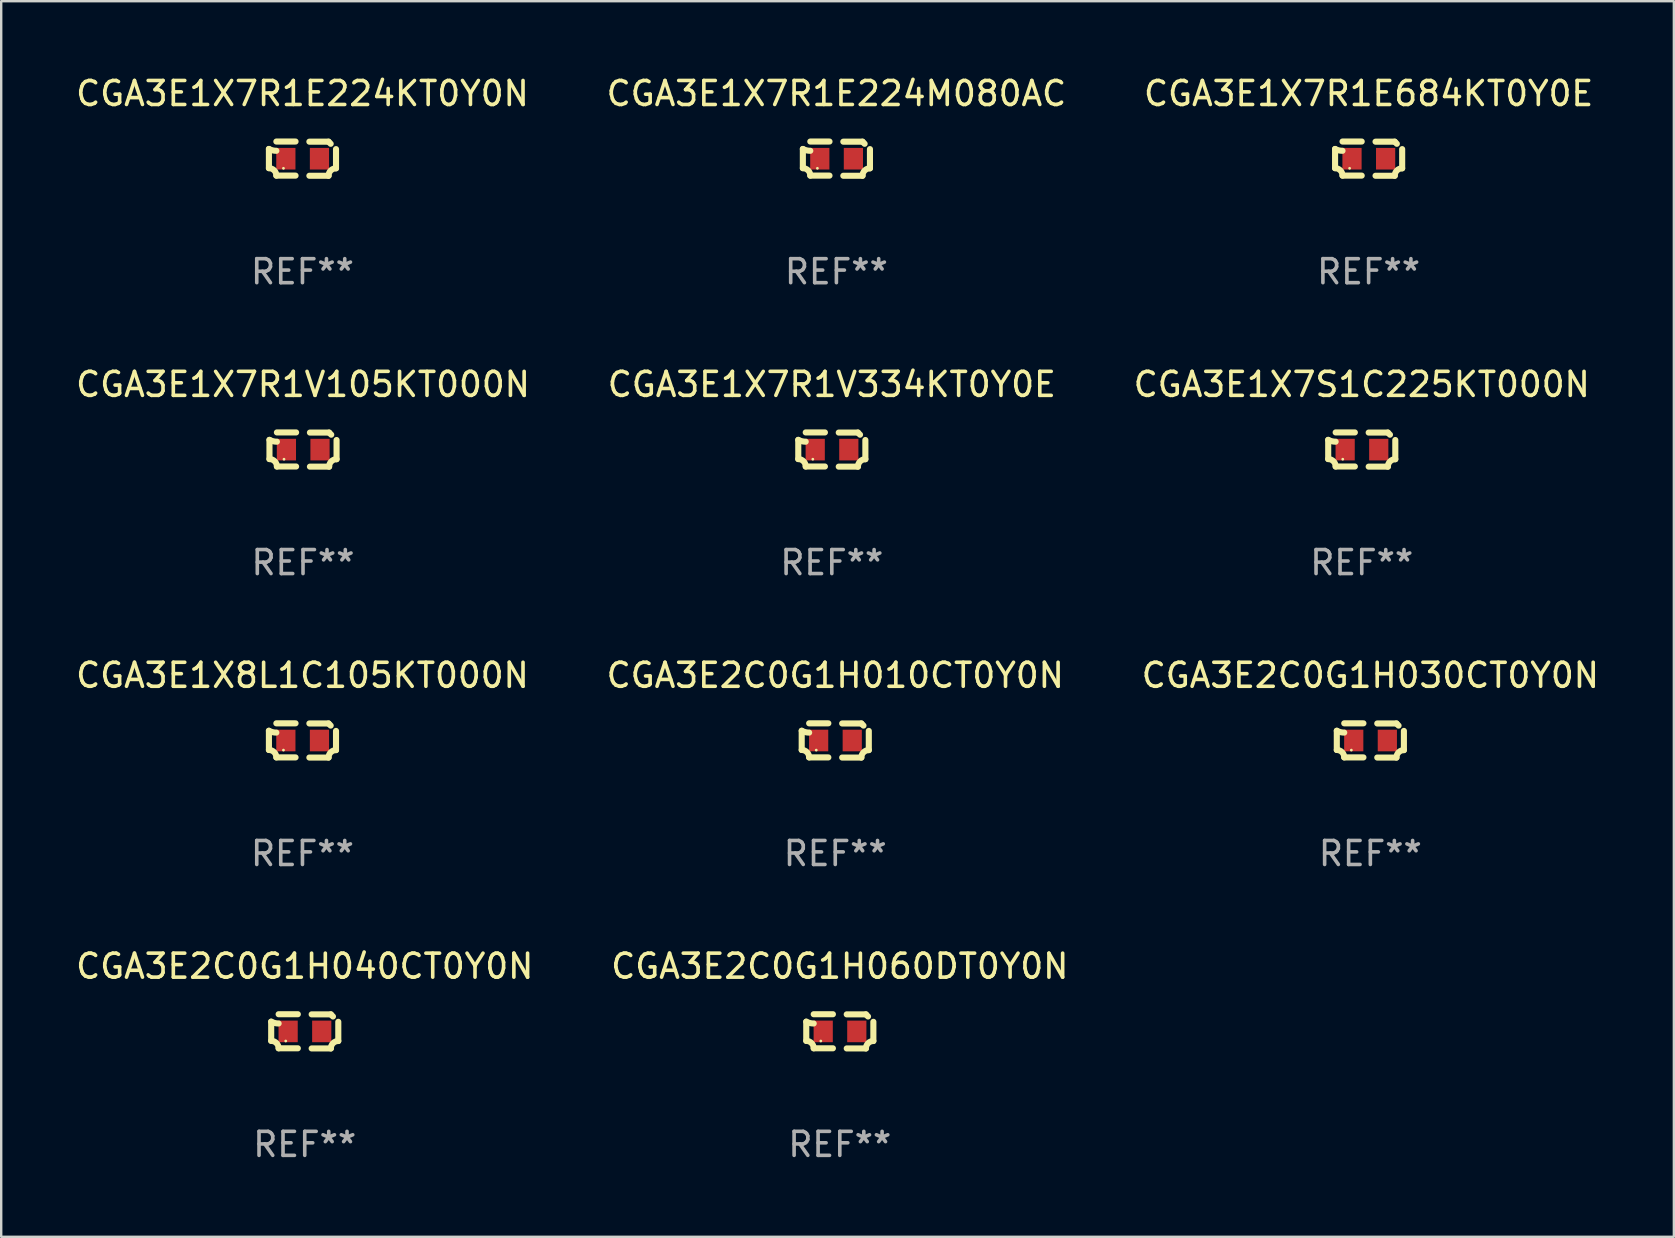
<source format=kicad_pcb>
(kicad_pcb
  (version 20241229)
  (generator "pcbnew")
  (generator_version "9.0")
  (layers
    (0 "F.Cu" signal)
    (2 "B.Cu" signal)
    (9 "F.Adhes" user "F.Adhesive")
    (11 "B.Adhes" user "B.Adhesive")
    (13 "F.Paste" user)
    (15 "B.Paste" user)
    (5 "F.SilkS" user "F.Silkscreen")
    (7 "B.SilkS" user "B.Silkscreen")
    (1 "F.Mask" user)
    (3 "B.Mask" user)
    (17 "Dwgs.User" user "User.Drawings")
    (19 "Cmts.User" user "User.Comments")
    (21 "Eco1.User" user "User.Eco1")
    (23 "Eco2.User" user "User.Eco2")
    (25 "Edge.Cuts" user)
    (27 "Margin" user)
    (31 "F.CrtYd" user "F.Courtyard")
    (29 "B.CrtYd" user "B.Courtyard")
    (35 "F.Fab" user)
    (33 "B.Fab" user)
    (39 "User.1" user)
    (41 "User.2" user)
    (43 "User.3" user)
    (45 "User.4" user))
  (footprint "CGA3E1X8L1C105KT000N"
    (layer "F.Cu")
    (at 9.554 27.805)
    (property "Reference" "CGA3E1X8L1C105KT000N" (at 0 -2.713 0) (layer "F.SilkS") (effects (font (size 1 1) (thickness 0.15))))
    (attr through_hole)
    (fp_line (start -1.398 -0.403) (end -1.398 0.397) (stroke (width 0.254) (type solid)) (layer "F.SilkS"))
    (fp_line (start -0.288 -0.713) (end -1.088 -0.713) (stroke (width 0.254) (type solid)) (layer "F.SilkS"))
    (fp_line (start -0.288 0.707) (end -1.088 0.707) (stroke (width 0.254) (type solid)) (layer "F.SilkS"))
    (fp_line (start 0.288 -0.707) (end 1.088 -0.707) (stroke (width 0.254) (type solid)) (layer "F.SilkS"))
    (fp_line (start 0.288 0.713) (end 1.088 0.713) (stroke (width 0.254) (type solid)) (layer "F.SilkS"))
    (fp_line (start 1.398 -0.397) (end 1.398 0.403) (stroke (width 0.254) (type solid)) (layer "F.SilkS"))
    (fp_arc (start -1.397789 0.397066) (mid -1.178701 0.487826) (end -1.08796 0.706922) (stroke (width 0.254001) (type solid)) (layer "F.SilkS"))
    (fp_arc (start -1.08796 -0.327176) (mid -1.247436 -0.346384) (end -1.39779 -0.402908) (stroke (width 0.254001) (type solid)) (layer "F.SilkS"))
    (fp_arc (start 1.087909 0.712738) (mid 1.178656 0.493655) (end 1.397739 0.402908) (stroke (width 0.254001) (type solid)) (layer "F.SilkS"))
    (fp_arc (start 1.175925 -0.618926) (mid 1.131917 -0.662923) (end 1.08791 -0.706922) (stroke (width 0.254001) (type solid)) (layer "F.SilkS"))
    (fp_circle (center -0.792 0.403) (end -0.762 0.403) (stroke (width 0.06) (type solid)) (fill no) (layer "F.SilkS"))
    (fp_text user "REF**" (at 0 4.713 0) (layer "F.Fab") (effects (font (size 1 1) (thickness 0.15))))
    (pad "1" smd rect (at -0.692 0.003) (size 0.8 0.9) (layers "F.Cu" "F.Mask" "F.Paste"))
    (pad "2" smd rect (at 0.708 0.003) (size 0.8 0.9) (layers "F.Cu" "F.Mask" "F.Paste")))
  (footprint "CGA3E1X7R1E224M080AC"
    (layer "F.Cu")
    (at 31.804 3.561)
    (property "Reference" "CGA3E1X7R1E224M080AC" (at 0 -2.713 0) (layer "F.SilkS") (effects (font (size 1 1) (thickness 0.15))))
    (attr through_hole)
    (fp_line (start -1.398 -0.403) (end -1.398 0.397) (stroke (width 0.254) (type solid)) (layer "F.SilkS"))
    (fp_line (start -0.288 -0.713) (end -1.088 -0.713) (stroke (width 0.254) (type solid)) (layer "F.SilkS"))
    (fp_line (start -0.288 0.707) (end -1.088 0.707) (stroke (width 0.254) (type solid)) (layer "F.SilkS"))
    (fp_line (start 0.288 -0.707) (end 1.088 -0.707) (stroke (width 0.254) (type solid)) (layer "F.SilkS"))
    (fp_line (start 0.288 0.713) (end 1.088 0.713) (stroke (width 0.254) (type solid)) (layer "F.SilkS"))
    (fp_line (start 1.398 -0.397) (end 1.398 0.403) (stroke (width 0.254) (type solid)) (layer "F.SilkS"))
    (fp_arc (start -1.397789 0.397066) (mid -1.178701 0.487826) (end -1.08796 0.706922) (stroke (width 0.254001) (type solid)) (layer "F.SilkS"))
    (fp_arc (start -1.08796 -0.327176) (mid -1.247436 -0.346384) (end -1.39779 -0.402908) (stroke (width 0.254001) (type solid)) (layer "F.SilkS"))
    (fp_arc (start 1.087909 0.712738) (mid 1.178656 0.493655) (end 1.397739 0.402908) (stroke (width 0.254001) (type solid)) (layer "F.SilkS"))
    (fp_arc (start 1.175925 -0.618926) (mid 1.131917 -0.662923) (end 1.08791 -0.706922) (stroke (width 0.254001) (type solid)) (layer "F.SilkS"))
    (fp_circle (center -0.792 0.403) (end -0.762 0.403) (stroke (width 0.06) (type solid)) (fill no) (layer "F.SilkS"))
    (fp_text user "REF**" (at 0 4.713 0) (layer "F.Fab") (effects (font (size 1 1) (thickness 0.15))))
    (pad "1" smd rect (at -0.692 0.003) (size 0.8 0.9) (layers "F.Cu" "F.Mask" "F.Paste"))
    (pad "2" smd rect (at 0.708 0.003) (size 0.8 0.9) (layers "F.Cu" "F.Mask" "F.Paste")))
  (footprint "CGA3E2C0G1H040CT0Y0N"
    (layer "F.Cu")
    (at 9.649 39.927)
    (property "Reference" "CGA3E2C0G1H040CT0Y0N" (at 0 -2.713 0) (layer "F.SilkS") (effects (font (size 1 1) (thickness 0.15))))
    (attr through_hole)
    (fp_line (start -1.398 -0.403) (end -1.398 0.397) (stroke (width 0.254) (type solid)) (layer "F.SilkS"))
    (fp_line (start -0.288 -0.713) (end -1.088 -0.713) (stroke (width 0.254) (type solid)) (layer "F.SilkS"))
    (fp_line (start -0.288 0.707) (end -1.088 0.707) (stroke (width 0.254) (type solid)) (layer "F.SilkS"))
    (fp_line (start 0.288 -0.707) (end 1.088 -0.707) (stroke (width 0.254) (type solid)) (layer "F.SilkS"))
    (fp_line (start 0.288 0.713) (end 1.088 0.713) (stroke (width 0.254) (type solid)) (layer "F.SilkS"))
    (fp_line (start 1.398 -0.397) (end 1.398 0.403) (stroke (width 0.254) (type solid)) (layer "F.SilkS"))
    (fp_arc (start -1.397789 0.397066) (mid -1.178701 0.487826) (end -1.08796 0.706922) (stroke (width 0.254001) (type solid)) (layer "F.SilkS"))
    (fp_arc (start -1.08796 -0.327176) (mid -1.247436 -0.346384) (end -1.39779 -0.402908) (stroke (width 0.254001) (type solid)) (layer "F.SilkS"))
    (fp_arc (start 1.087909 0.712738) (mid 1.178656 0.493655) (end 1.397739 0.402908) (stroke (width 0.254001) (type solid)) (layer "F.SilkS"))
    (fp_arc (start 1.175925 -0.618926) (mid 1.131917 -0.662923) (end 1.08791 -0.706922) (stroke (width 0.254001) (type solid)) (layer "F.SilkS"))
    (fp_circle (center -0.792 0.403) (end -0.762 0.403) (stroke (width 0.06) (type solid)) (fill no) (layer "F.SilkS"))
    (fp_text user "REF**" (at 0 4.713 0) (layer "F.Fab") (effects (font (size 1 1) (thickness 0.15))))
    (pad "1" smd rect (at -0.692 0.003) (size 0.8 0.9) (layers "F.Cu" "F.Mask" "F.Paste"))
    (pad "2" smd rect (at 0.708 0.003) (size 0.8 0.9) (layers "F.Cu" "F.Mask" "F.Paste")))
  (footprint "CGA3E1X7R1E224KT0Y0N"
    (layer "F.Cu")
    (at 9.554 3.561)
    (property "Reference" "CGA3E1X7R1E224KT0Y0N" (at 0 -2.713 0) (layer "F.SilkS") (effects (font (size 1 1) (thickness 0.15))))
    (attr through_hole)
    (fp_line (start -1.398 -0.403) (end -1.398 0.397) (stroke (width 0.254) (type solid)) (layer "F.SilkS"))
    (fp_line (start -0.288 -0.713) (end -1.088 -0.713) (stroke (width 0.254) (type solid)) (layer "F.SilkS"))
    (fp_line (start -0.288 0.707) (end -1.088 0.707) (stroke (width 0.254) (type solid)) (layer "F.SilkS"))
    (fp_line (start 0.288 -0.707) (end 1.088 -0.707) (stroke (width 0.254) (type solid)) (layer "F.SilkS"))
    (fp_line (start 0.288 0.713) (end 1.088 0.713) (stroke (width 0.254) (type solid)) (layer "F.SilkS"))
    (fp_line (start 1.398 -0.397) (end 1.398 0.403) (stroke (width 0.254) (type solid)) (layer "F.SilkS"))
    (fp_arc (start -1.397789 0.397066) (mid -1.178701 0.487826) (end -1.08796 0.706922) (stroke (width 0.254001) (type solid)) (layer "F.SilkS"))
    (fp_arc (start -1.08796 -0.327176) (mid -1.247436 -0.346384) (end -1.39779 -0.402908) (stroke (width 0.254001) (type solid)) (layer "F.SilkS"))
    (fp_arc (start 1.087909 0.712738) (mid 1.178656 0.493655) (end 1.397739 0.402908) (stroke (width 0.254001) (type solid)) (layer "F.SilkS"))
    (fp_arc (start 1.175925 -0.618926) (mid 1.131917 -0.662923) (end 1.08791 -0.706922) (stroke (width 0.254001) (type solid)) (layer "F.SilkS"))
    (fp_circle (center -0.792 0.403) (end -0.762 0.403) (stroke (width 0.06) (type solid)) (fill no) (layer "F.SilkS"))
    (fp_text user "REF**" (at 0 4.713 0) (layer "F.Fab") (effects (font (size 1 1) (thickness 0.15))))
    (pad "1" smd rect (at -0.692 0.003) (size 0.8 0.9) (layers "F.Cu" "F.Mask" "F.Paste"))
    (pad "2" smd rect (at 0.708 0.003) (size 0.8 0.9) (layers "F.Cu" "F.Mask" "F.Paste")))
  (footprint "CGA3E2C0G1H060DT0Y0N"
    (layer "F.Cu")
    (at 31.946 39.927)
    (property "Reference" "CGA3E2C0G1H060DT0Y0N" (at 0 -2.713 0) (layer "F.SilkS") (effects (font (size 1 1) (thickness 0.15))))
    (attr through_hole)
    (fp_line (start -1.398 -0.403) (end -1.398 0.397) (stroke (width 0.254) (type solid)) (layer "F.SilkS"))
    (fp_line (start -0.288 -0.713) (end -1.088 -0.713) (stroke (width 0.254) (type solid)) (layer "F.SilkS"))
    (fp_line (start -0.288 0.707) (end -1.088 0.707) (stroke (width 0.254) (type solid)) (layer "F.SilkS"))
    (fp_line (start 0.288 -0.707) (end 1.088 -0.707) (stroke (width 0.254) (type solid)) (layer "F.SilkS"))
    (fp_line (start 0.288 0.713) (end 1.088 0.713) (stroke (width 0.254) (type solid)) (layer "F.SilkS"))
    (fp_line (start 1.398 -0.397) (end 1.398 0.403) (stroke (width 0.254) (type solid)) (layer "F.SilkS"))
    (fp_arc (start -1.397789 0.397066) (mid -1.178701 0.487826) (end -1.08796 0.706922) (stroke (width 0.254001) (type solid)) (layer "F.SilkS"))
    (fp_arc (start -1.08796 -0.327176) (mid -1.247436 -0.346384) (end -1.39779 -0.402908) (stroke (width 0.254001) (type solid)) (layer "F.SilkS"))
    (fp_arc (start 1.087909 0.712738) (mid 1.178656 0.493655) (end 1.397739 0.402908) (stroke (width 0.254001) (type solid)) (layer "F.SilkS"))
    (fp_arc (start 1.175925 -0.618926) (mid 1.131917 -0.662923) (end 1.08791 -0.706922) (stroke (width 0.254001) (type solid)) (layer "F.SilkS"))
    (fp_circle (center -0.792 0.403) (end -0.762 0.403) (stroke (width 0.06) (type solid)) (fill no) (layer "F.SilkS"))
    (fp_text user "REF**" (at 0 4.713 0) (layer "F.Fab") (effects (font (size 1 1) (thickness 0.15))))
    (pad "1" smd rect (at -0.692 0.003) (size 0.8 0.9) (layers "F.Cu" "F.Mask" "F.Paste"))
    (pad "2" smd rect (at 0.708 0.003) (size 0.8 0.9) (layers "F.Cu" "F.Mask" "F.Paste")))
  (footprint "CGA3E1X7R1V105KT000N"
    (layer "F.Cu")
    (at 9.577 15.683)
    (property "Reference" "CGA3E1X7R1V105KT000N" (at 0 -2.713 0) (layer "F.SilkS") (effects (font (size 1 1) (thickness 0.15))))
    (attr through_hole)
    (fp_line (start -1.398 -0.403) (end -1.398 0.397) (stroke (width 0.254) (type solid)) (layer "F.SilkS"))
    (fp_line (start -0.288 -0.713) (end -1.088 -0.713) (stroke (width 0.254) (type solid)) (layer "F.SilkS"))
    (fp_line (start -0.288 0.707) (end -1.088 0.707) (stroke (width 0.254) (type solid)) (layer "F.SilkS"))
    (fp_line (start 0.288 -0.707) (end 1.088 -0.707) (stroke (width 0.254) (type solid)) (layer "F.SilkS"))
    (fp_line (start 0.288 0.713) (end 1.088 0.713) (stroke (width 0.254) (type solid)) (layer "F.SilkS"))
    (fp_line (start 1.398 -0.397) (end 1.398 0.403) (stroke (width 0.254) (type solid)) (layer "F.SilkS"))
    (fp_arc (start -1.397789 0.397066) (mid -1.178701 0.487826) (end -1.08796 0.706922) (stroke (width 0.254001) (type solid)) (layer "F.SilkS"))
    (fp_arc (start -1.08796 -0.327176) (mid -1.247436 -0.346384) (end -1.39779 -0.402908) (stroke (width 0.254001) (type solid)) (layer "F.SilkS"))
    (fp_arc (start 1.087909 0.712738) (mid 1.178656 0.493655) (end 1.397739 0.402908) (stroke (width 0.254001) (type solid)) (layer "F.SilkS"))
    (fp_arc (start 1.175925 -0.618926) (mid 1.131917 -0.662923) (end 1.08791 -0.706922) (stroke (width 0.254001) (type solid)) (layer "F.SilkS"))
    (fp_circle (center -0.792 0.403) (end -0.762 0.403) (stroke (width 0.06) (type solid)) (fill no) (layer "F.SilkS"))
    (fp_text user "REF**" (at 0 4.713 0) (layer "F.Fab") (effects (font (size 1 1) (thickness 0.15))))
    (pad "1" smd rect (at -0.692 0.003) (size 0.8 0.9) (layers "F.Cu" "F.Mask" "F.Paste"))
    (pad "2" smd rect (at 0.708 0.003) (size 0.8 0.9) (layers "F.Cu" "F.Mask" "F.Paste")))
  (footprint "CGA3E1X7R1V334KT0Y0E"
    (layer "F.Cu")
    (at 31.613 15.683)
    (property "Reference" "CGA3E1X7R1V334KT0Y0E" (at 0 -2.713 0) (layer "F.SilkS") (effects (font (size 1 1) (thickness 0.15))))
    (attr through_hole)
    (fp_line (start -1.398 -0.403) (end -1.398 0.397) (stroke (width 0.254) (type solid)) (layer "F.SilkS"))
    (fp_line (start -0.288 -0.713) (end -1.088 -0.713) (stroke (width 0.254) (type solid)) (layer "F.SilkS"))
    (fp_line (start -0.288 0.707) (end -1.088 0.707) (stroke (width 0.254) (type solid)) (layer "F.SilkS"))
    (fp_line (start 0.288 -0.707) (end 1.088 -0.707) (stroke (width 0.254) (type solid)) (layer "F.SilkS"))
    (fp_line (start 0.288 0.713) (end 1.088 0.713) (stroke (width 0.254) (type solid)) (layer "F.SilkS"))
    (fp_line (start 1.398 -0.397) (end 1.398 0.403) (stroke (width 0.254) (type solid)) (layer "F.SilkS"))
    (fp_arc (start -1.397789 0.397066) (mid -1.178701 0.487826) (end -1.08796 0.706922) (stroke (width 0.254001) (type solid)) (layer "F.SilkS"))
    (fp_arc (start -1.08796 -0.327176) (mid -1.247436 -0.346384) (end -1.39779 -0.402908) (stroke (width 0.254001) (type solid)) (layer "F.SilkS"))
    (fp_arc (start 1.087909 0.712738) (mid 1.178656 0.493655) (end 1.397739 0.402908) (stroke (width 0.254001) (type solid)) (layer "F.SilkS"))
    (fp_arc (start 1.175925 -0.618926) (mid 1.131917 -0.662923) (end 1.08791 -0.706922) (stroke (width 0.254001) (type solid)) (layer "F.SilkS"))
    (fp_circle (center -0.792 0.403) (end -0.762 0.403) (stroke (width 0.06) (type solid)) (fill no) (layer "F.SilkS"))
    (fp_text user "REF**" (at 0 4.713 0) (layer "F.Fab") (effects (font (size 1 1) (thickness 0.15))))
    (pad "1" smd rect (at -0.692 0.003) (size 0.8 0.9) (layers "F.Cu" "F.Mask" "F.Paste"))
    (pad "2" smd rect (at 0.708 0.003) (size 0.8 0.9) (layers "F.Cu" "F.Mask" "F.Paste")))
  (footprint "CGA3E2C0G1H030CT0Y0N"
    (layer "F.Cu")
    (at 54.054 27.805)
    (property "Reference" "CGA3E2C0G1H030CT0Y0N" (at 0 -2.713 0) (layer "F.SilkS") (effects (font (size 1 1) (thickness 0.15))))
    (attr through_hole)
    (fp_line (start -1.398 -0.403) (end -1.398 0.397) (stroke (width 0.254) (type solid)) (layer "F.SilkS"))
    (fp_line (start -0.288 -0.713) (end -1.088 -0.713) (stroke (width 0.254) (type solid)) (layer "F.SilkS"))
    (fp_line (start -0.288 0.707) (end -1.088 0.707) (stroke (width 0.254) (type solid)) (layer "F.SilkS"))
    (fp_line (start 0.288 -0.707) (end 1.088 -0.707) (stroke (width 0.254) (type solid)) (layer "F.SilkS"))
    (fp_line (start 0.288 0.713) (end 1.088 0.713) (stroke (width 0.254) (type solid)) (layer "F.SilkS"))
    (fp_line (start 1.398 -0.397) (end 1.398 0.403) (stroke (width 0.254) (type solid)) (layer "F.SilkS"))
    (fp_arc (start -1.397789 0.397066) (mid -1.178701 0.487826) (end -1.08796 0.706922) (stroke (width 0.254001) (type solid)) (layer "F.SilkS"))
    (fp_arc (start -1.08796 -0.327176) (mid -1.247436 -0.346384) (end -1.39779 -0.402908) (stroke (width 0.254001) (type solid)) (layer "F.SilkS"))
    (fp_arc (start 1.087909 0.712738) (mid 1.178656 0.493655) (end 1.397739 0.402908) (stroke (width 0.254001) (type solid)) (layer "F.SilkS"))
    (fp_arc (start 1.175925 -0.618926) (mid 1.131917 -0.662923) (end 1.08791 -0.706922) (stroke (width 0.254001) (type solid)) (layer "F.SilkS"))
    (fp_circle (center -0.792 0.403) (end -0.762 0.403) (stroke (width 0.06) (type solid)) (fill no) (layer "F.SilkS"))
    (fp_text user "REF**" (at 0 4.713 0) (layer "F.Fab") (effects (font (size 1 1) (thickness 0.15))))
    (pad "1" smd rect (at -0.692 0.003) (size 0.8 0.9) (layers "F.Cu" "F.Mask" "F.Paste"))
    (pad "2" smd rect (at 0.708 0.003) (size 0.8 0.9) (layers "F.Cu" "F.Mask" "F.Paste")))
  (footprint "CGA3E1X7R1E684KT0Y0E"
    (layer "F.Cu")
    (at 53.982 3.561)
    (property "Reference" "CGA3E1X7R1E684KT0Y0E" (at 0 -2.713 0) (layer "F.SilkS") (effects (font (size 1 1) (thickness 0.15))))
    (attr through_hole)
    (fp_line (start -1.398 -0.403) (end -1.398 0.397) (stroke (width 0.254) (type solid)) (layer "F.SilkS"))
    (fp_line (start -0.288 -0.713) (end -1.088 -0.713) (stroke (width 0.254) (type solid)) (layer "F.SilkS"))
    (fp_line (start -0.288 0.707) (end -1.088 0.707) (stroke (width 0.254) (type solid)) (layer "F.SilkS"))
    (fp_line (start 0.288 -0.707) (end 1.088 -0.707) (stroke (width 0.254) (type solid)) (layer "F.SilkS"))
    (fp_line (start 0.288 0.713) (end 1.088 0.713) (stroke (width 0.254) (type solid)) (layer "F.SilkS"))
    (fp_line (start 1.398 -0.397) (end 1.398 0.403) (stroke (width 0.254) (type solid)) (layer "F.SilkS"))
    (fp_arc (start -1.397789 0.397066) (mid -1.178701 0.487826) (end -1.08796 0.706922) (stroke (width 0.254001) (type solid)) (layer "F.SilkS"))
    (fp_arc (start -1.08796 -0.327176) (mid -1.247436 -0.346384) (end -1.39779 -0.402908) (stroke (width 0.254001) (type solid)) (layer "F.SilkS"))
    (fp_arc (start 1.087909 0.712738) (mid 1.178656 0.493655) (end 1.397739 0.402908) (stroke (width 0.254001) (type solid)) (layer "F.SilkS"))
    (fp_arc (start 1.175925 -0.618926) (mid 1.131917 -0.662923) (end 1.08791 -0.706922) (stroke (width 0.254001) (type solid)) (layer "F.SilkS"))
    (fp_circle (center -0.792 0.403) (end -0.762 0.403) (stroke (width 0.06) (type solid)) (fill no) (layer "F.SilkS"))
    (fp_text user "REF**" (at 0 4.713 0) (layer "F.Fab") (effects (font (size 1 1) (thickness 0.15))))
    (pad "1" smd rect (at -0.692 0.003) (size 0.8 0.9) (layers "F.Cu" "F.Mask" "F.Paste"))
    (pad "2" smd rect (at 0.708 0.003) (size 0.8 0.9) (layers "F.Cu" "F.Mask" "F.Paste")))
  (footprint "CGA3E1X7S1C225KT000N"
    (layer "F.Cu")
    (at 53.696 15.683)
    (property "Reference" "CGA3E1X7S1C225KT000N" (at 0 -2.713 0) (layer "F.SilkS") (effects (font (size 1 1) (thickness 0.15))))
    (attr through_hole)
    (fp_line (start -1.398 -0.403) (end -1.398 0.397) (stroke (width 0.254) (type solid)) (layer "F.SilkS"))
    (fp_line (start -0.288 -0.713) (end -1.088 -0.713) (stroke (width 0.254) (type solid)) (layer "F.SilkS"))
    (fp_line (start -0.288 0.707) (end -1.088 0.707) (stroke (width 0.254) (type solid)) (layer "F.SilkS"))
    (fp_line (start 0.288 -0.707) (end 1.088 -0.707) (stroke (width 0.254) (type solid)) (layer "F.SilkS"))
    (fp_line (start 0.288 0.713) (end 1.088 0.713) (stroke (width 0.254) (type solid)) (layer "F.SilkS"))
    (fp_line (start 1.398 -0.397) (end 1.398 0.403) (stroke (width 0.254) (type solid)) (layer "F.SilkS"))
    (fp_arc (start -1.397789 0.397066) (mid -1.178701 0.487826) (end -1.08796 0.706922) (stroke (width 0.254001) (type solid)) (layer "F.SilkS"))
    (fp_arc (start -1.08796 -0.327176) (mid -1.247436 -0.346384) (end -1.39779 -0.402908) (stroke (width 0.254001) (type solid)) (layer "F.SilkS"))
    (fp_arc (start 1.087909 0.712738) (mid 1.178656 0.493655) (end 1.397739 0.402908) (stroke (width 0.254001) (type solid)) (layer "F.SilkS"))
    (fp_arc (start 1.175925 -0.618926) (mid 1.131917 -0.662923) (end 1.08791 -0.706922) (stroke (width 0.254001) (type solid)) (layer "F.SilkS"))
    (fp_circle (center -0.792 0.403) (end -0.762 0.403) (stroke (width 0.06) (type solid)) (fill no) (layer "F.SilkS"))
    (fp_text user "REF**" (at 0 4.713 0) (layer "F.Fab") (effects (font (size 1 1) (thickness 0.15))))
    (pad "1" smd rect (at -0.692 0.003) (size 0.8 0.9) (layers "F.Cu" "F.Mask" "F.Paste"))
    (pad "2" smd rect (at 0.708 0.003) (size 0.8 0.9) (layers "F.Cu" "F.Mask" "F.Paste")))
  (footprint "CGA3E2C0G1H010CT0Y0N"
    (layer "F.Cu")
    (at 31.756 27.805)
    (property "Reference" "CGA3E2C0G1H010CT0Y0N" (at 0 -2.713 0) (layer "F.SilkS") (effects (font (size 1 1) (thickness 0.15))))
    (attr through_hole)
    (fp_line (start -1.398 -0.403) (end -1.398 0.397) (stroke (width 0.254) (type solid)) (layer "F.SilkS"))
    (fp_line (start -0.288 -0.713) (end -1.088 -0.713) (stroke (width 0.254) (type solid)) (layer "F.SilkS"))
    (fp_line (start -0.288 0.707) (end -1.088 0.707) (stroke (width 0.254) (type solid)) (layer "F.SilkS"))
    (fp_line (start 0.288 -0.707) (end 1.088 -0.707) (stroke (width 0.254) (type solid)) (layer "F.SilkS"))
    (fp_line (start 0.288 0.713) (end 1.088 0.713) (stroke (width 0.254) (type solid)) (layer "F.SilkS"))
    (fp_line (start 1.398 -0.397) (end 1.398 0.403) (stroke (width 0.254) (type solid)) (layer "F.SilkS"))
    (fp_arc (start -1.397789 0.397066) (mid -1.178701 0.487826) (end -1.08796 0.706922) (stroke (width 0.254001) (type solid)) (layer "F.SilkS"))
    (fp_arc (start -1.08796 -0.327176) (mid -1.247436 -0.346384) (end -1.39779 -0.402908) (stroke (width 0.254001) (type solid)) (layer "F.SilkS"))
    (fp_arc (start 1.087909 0.712738) (mid 1.178656 0.493655) (end 1.397739 0.402908) (stroke (width 0.254001) (type solid)) (layer "F.SilkS"))
    (fp_arc (start 1.175925 -0.618926) (mid 1.131917 -0.662923) (end 1.08791 -0.706922) (stroke (width 0.254001) (type solid)) (layer "F.SilkS"))
    (fp_circle (center -0.792 0.403) (end -0.762 0.403) (stroke (width 0.06) (type solid)) (fill no) (layer "F.SilkS"))
    (fp_text user "REF**" (at 0 4.713 0) (layer "F.Fab") (effects (font (size 1 1) (thickness 0.15))))
    (pad "1" smd rect (at -0.692 0.003) (size 0.8 0.9) (layers "F.Cu" "F.Mask" "F.Paste"))
    (pad "2" smd rect (at 0.708 0.003) (size 0.8 0.9) (layers "F.Cu" "F.Mask" "F.Paste")))
  (gr_rect
    (start -3 -3)
    (end 66.702 48.488)
    (stroke (width 0.1) (type default))
    (fill no)
    (layer "Edge.Cuts")))
</source>
